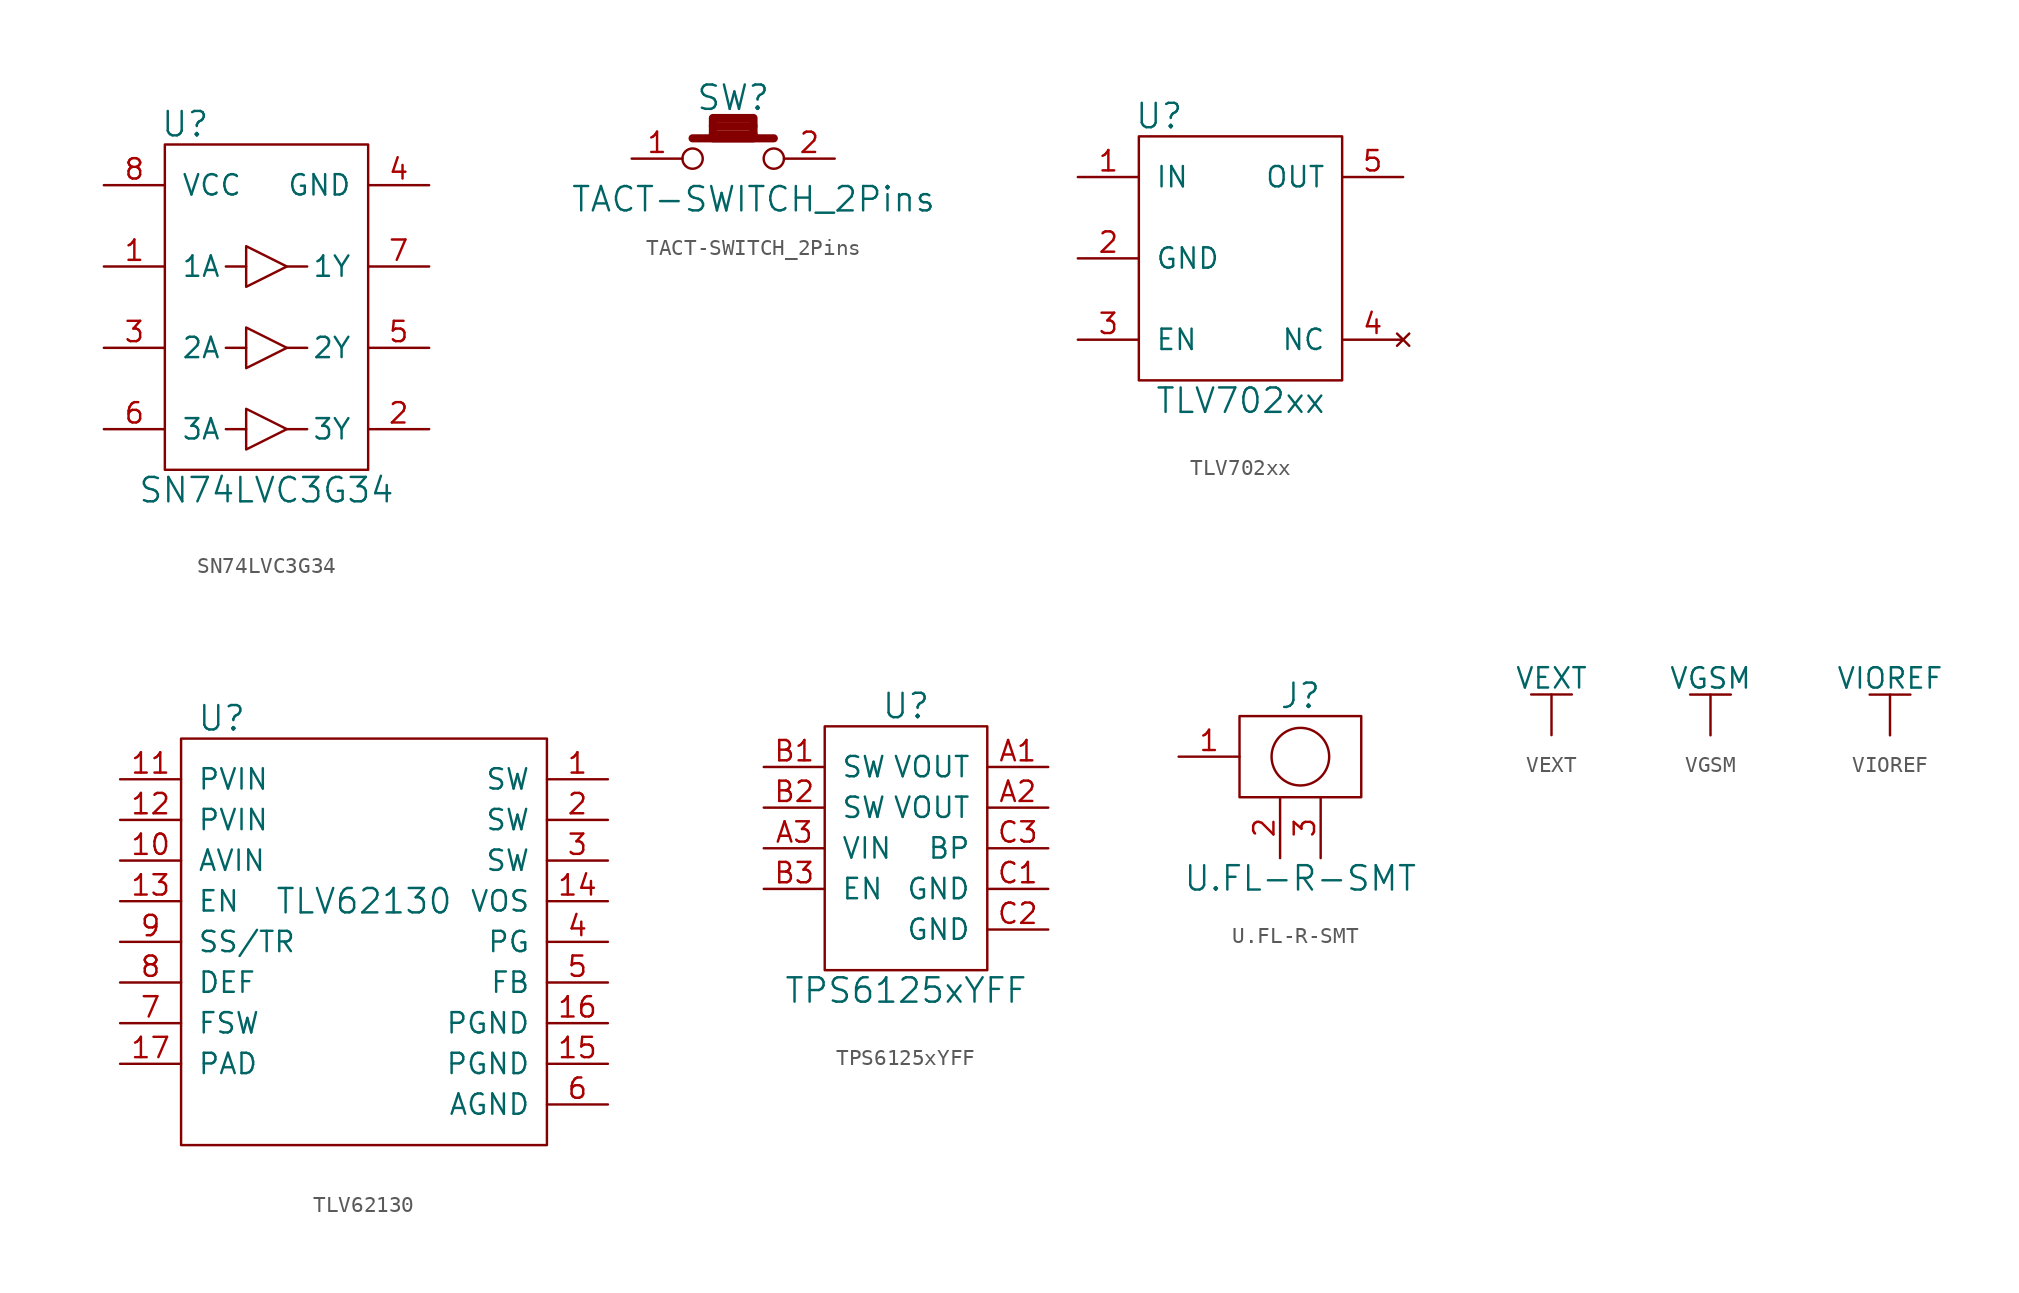
<source format=kicad_sym>
(kicad_symbol_lib
  (version 20211014)
  (generator kicad_symbol_editor)
  (symbol "SN74LVC3G34"
    (pin_names
      (offset 1.016))
    (property "Reference" "U"
      (at -5.08 11.43 0)
      (effects (font (size 1.524 1.524))))
    (property "Value" "SN74LVC3G34"
      (at 0 -11.43 0)
      (effects (font (size 1.524 1.524))))
    (property "Datasheet" ""
      (at 1.27 0 0)
      (effects (font (size 1.524 1.524))))
    (symbol "SN74LVC3G34_0_1"
      (rectangle (start -6.35 10.16) (end 6.35 -10.16) (stroke (width 0) (type default) (color 0 0 0 0)) (fill (type none)))
      (polyline (pts (xy -1.27 -7.62) (xy -2.54 -7.62)) (stroke (width 0) (type default) (color 0 0 0 0)) (fill (type none)))
      (polyline (pts (xy -1.27 -2.54) (xy -2.54 -2.54)) (stroke (width 0) (type default) (color 0 0 0 0)) (fill (type none)))
      (polyline (pts (xy -1.27 2.54) (xy -2.54 2.54)) (stroke (width 0) (type default) (color 0 0 0 0)) (fill (type none)))
      (polyline (pts (xy 1.27 -7.62) (xy 2.54 -7.62)) (stroke (width 0) (type default) (color 0 0 0 0)) (fill (type none)))
      (polyline (pts (xy 1.27 -2.54) (xy 2.54 -2.54)) (stroke (width 0) (type default) (color 0 0 0 0)) (fill (type none)))
      (polyline (pts (xy 1.27 2.54) (xy 2.54 2.54)) (stroke (width 0) (type default) (color 0 0 0 0)) (fill (type none)))
      (polyline (pts (xy -1.27 -6.35) (xy -1.27 -8.89) (xy 1.27 -7.62) (xy -1.27 -6.35)) (stroke (width 0) (type default) (color 0 0 0 0)) (fill (type none)))
      (polyline (pts (xy -1.27 -1.27) (xy -1.27 -3.81) (xy 1.27 -2.54) (xy -1.27 -1.27)) (stroke (width 0) (type default) (color 0 0 0 0)) (fill (type none)))
      (polyline (pts (xy -1.27 1.27) (xy -1.27 3.81) (xy 1.27 2.54) (xy -1.27 1.27)) (stroke (width 0) (type default) (color 0 0 0 0)) (fill (type none))))
    (symbol "SN74LVC3G34_1_1"
      (pin input line (at -10.16 2.54 0) (length 3.81) (name "1A" (effects (font (size 1.27 1.27)))) (number "1" (effects (font (size 1.27 1.27)))))
      (pin output line (at 10.16 -7.62 180) (length 3.81) (name "3Y" (effects (font (size 1.27 1.27)))) (number "2" (effects (font (size 1.27 1.27)))))
      (pin input line (at -10.16 -2.54 0) (length 3.81) (name "2A" (effects (font (size 1.27 1.27)))) (number "3" (effects (font (size 1.27 1.27)))))
      (pin power_in line (at 10.16 7.62 180) (length 3.81) (name "GND" (effects (font (size 1.27 1.27)))) (number "4" (effects (font (size 1.27 1.27)))))
      (pin output line (at 10.16 -2.54 180) (length 3.81) (name "2Y" (effects (font (size 1.27 1.27)))) (number "5" (effects (font (size 1.27 1.27)))))
      (pin input line (at -10.16 -7.62 0) (length 3.81) (name "3A" (effects (font (size 1.27 1.27)))) (number "6" (effects (font (size 1.27 1.27)))))
      (pin output line (at 10.16 2.54 180) (length 3.81) (name "1Y" (effects (font (size 1.27 1.27)))) (number "7" (effects (font (size 1.27 1.27)))))
      (pin power_in line (at -10.16 7.62 0) (length 3.81) (name "VCC" (effects (font (size 1.27 1.27)))) (number "8" (effects (font (size 1.27 1.27)))))))
  (symbol "TACT-SWITCH_2Pins"
    (pin_names
      (offset 1.016))
    (property "Reference" "SW"
      (at 0 3.81 0)
      (effects (font (size 1.524 1.524))))
    (property "Value" "TACT-SWITCH_2Pins"
      (at 1.27 -2.54 0)
      (effects (font (size 1.524 1.524))))
    (property "Datasheet" ""
      (at 0 0 0)
      (effects (font (size 1.524 1.524))))
    (symbol "TACT-SWITCH_2Pins_0_0"
      (circle (center -2.54 0) (radius 0.635) (stroke (width 0) (type default) (color 0 0 0 0)) (fill (type none)))
      (rectangle (start -1.27 2.54) (end 1.27 1.27) (stroke (width 0.508) (type default) (color 0 0 0 0)) (fill (type none)))
      (polyline (pts (xy -2.54 1.27) (xy 2.54 1.27)) (stroke (width 0.508) (type default) (color 0 0 0 0)) (fill (type none)))
      (polyline (pts (xy -1.27 1.524) (xy 1.27 1.524)) (stroke (width 0.508) (type default) (color 0 0 0 0)) (fill (type none)))
      (polyline (pts (xy -1.27 2.032) (xy 1.27 2.032)) (stroke (width 0.508) (type default) (color 0 0 0 0)) (fill (type none)))
      (circle (center 2.54 0) (radius 0.635) (stroke (width 0) (type default) (color 0 0 0 0)) (fill (type none))))
    (symbol "TACT-SWITCH_2Pins_1_1"
      (pin passive line (at -6.35 0 0) (length 3.175) (name "~" (effects (font (size 1.27 1.27)))) (number "1" (effects (font (size 1.27 1.27)))))
      (pin passive line (at 6.35 0 180) (length 3.175) (name "~" (effects (font (size 1.27 1.27)))) (number "2" (effects (font (size 1.27 1.27)))))))
  (symbol "TLV702xx"
    (pin_names
      (offset 1.016))
    (property "Reference" "U"
      (at -5.08 8.89 0)
      (effects (font (size 1.524 1.524))))
    (property "Value" "TLV702xx"
      (at 0 -8.89 0)
      (effects (font (size 1.524 1.524))))
    (property "Datasheet" ""
      (at 1.27 -2.54 0)
      (effects (font (size 1.524 1.524))))
    (symbol "TLV702xx_0_1"
      (rectangle (start -6.35 7.62) (end 6.35 -7.62) (stroke (width 0) (type default) (color 0 0 0 0)) (fill (type none))))
    (symbol "TLV702xx_1_1"
      (pin power_in line (at -10.16 5.08 0) (length 3.81) (name "IN" (effects (font (size 1.27 1.27)))) (number "1" (effects (font (size 1.27 1.27)))))
      (pin power_in line (at -10.16 0 0) (length 3.81) (name "GND" (effects (font (size 1.27 1.27)))) (number "2" (effects (font (size 1.27 1.27)))))
      (pin input line (at -10.16 -5.08 0) (length 3.81) (name "EN" (effects (font (size 1.27 1.27)))) (number "3" (effects (font (size 1.27 1.27)))))
      (pin no_connect line (at 10.16 -5.08 180) (length 3.81) (name "NC" (effects (font (size 1.27 1.27)))) (number "4" (effects (font (size 1.27 1.27)))))
      (pin power_out line (at 10.16 5.08 180) (length 3.81) (name "OUT" (effects (font (size 1.27 1.27)))) (number "5" (effects (font (size 1.27 1.27)))))))
  (symbol "TLV62130"
    (pin_names
      (offset 1.016))
    (property "Reference" "U"
      (at -8.89 13.97 0)
      (effects (font (size 1.524 1.524))))
    (property "Value" "TLV62130"
      (at 0 2.54 0)
      (effects (font (size 1.524 1.524))))
    (property "Datasheet" ""
      (at 0 2.54 0)
      (effects (font (size 1.524 1.524))))
    (symbol "TLV62130_0_1"
      (rectangle (start -11.43 12.7) (end 11.43 -12.7) (stroke (width 0) (type default) (color 0 0 0 0)) (fill (type none))))
    (symbol "TLV62130_1_1"
      (pin input line (at 15.24 10.16 180) (length 3.81) (name "SW" (effects (font (size 1.27 1.27)))) (number "1" (effects (font (size 1.27 1.27)))))
      (pin input line (at -15.24 5.08 0) (length 3.81) (name "AVIN" (effects (font (size 1.27 1.27)))) (number "10" (effects (font (size 1.27 1.27)))))
      (pin input line (at -15.24 10.16 0) (length 3.81) (name "PVIN" (effects (font (size 1.27 1.27)))) (number "11" (effects (font (size 1.27 1.27)))))
      (pin input line (at -15.24 7.62 0) (length 3.81) (name "PVIN" (effects (font (size 1.27 1.27)))) (number "12" (effects (font (size 1.27 1.27)))))
      (pin input line (at -15.24 2.54 0) (length 3.81) (name "EN" (effects (font (size 1.27 1.27)))) (number "13" (effects (font (size 1.27 1.27)))))
      (pin input line (at 15.24 2.54 180) (length 3.81) (name "VOS" (effects (font (size 1.27 1.27)))) (number "14" (effects (font (size 1.27 1.27)))))
      (pin input line (at 15.24 -7.62 180) (length 3.81) (name "PGND" (effects (font (size 1.27 1.27)))) (number "15" (effects (font (size 1.27 1.27)))))
      (pin input line (at 15.24 -5.08 180) (length 3.81) (name "PGND" (effects (font (size 1.27 1.27)))) (number "16" (effects (font (size 1.27 1.27)))))
      (pin input line (at -15.24 -7.62 0) (length 3.81) (name "PAD" (effects (font (size 1.27 1.27)))) (number "17" (effects (font (size 1.27 1.27)))))
      (pin input line (at 15.24 7.62 180) (length 3.81) (name "SW" (effects (font (size 1.27 1.27)))) (number "2" (effects (font (size 1.27 1.27)))))
      (pin input line (at 15.24 5.08 180) (length 3.81) (name "SW" (effects (font (size 1.27 1.27)))) (number "3" (effects (font (size 1.27 1.27)))))
      (pin input line (at 15.24 0 180) (length 3.81) (name "PG" (effects (font (size 1.27 1.27)))) (number "4" (effects (font (size 1.27 1.27)))))
      (pin input line (at 15.24 -2.54 180) (length 3.81) (name "FB" (effects (font (size 1.27 1.27)))) (number "5" (effects (font (size 1.27 1.27)))))
      (pin input line (at 15.24 -10.16 180) (length 3.81) (name "AGND" (effects (font (size 1.27 1.27)))) (number "6" (effects (font (size 1.27 1.27)))))
      (pin input line (at -15.24 -5.08 0) (length 3.81) (name "FSW" (effects (font (size 1.27 1.27)))) (number "7" (effects (font (size 1.27 1.27)))))
      (pin input line (at -15.24 -2.54 0) (length 3.81) (name "DEF" (effects (font (size 1.27 1.27)))) (number "8" (effects (font (size 1.27 1.27)))))
      (pin input line (at -15.24 0 0) (length 3.81) (name "SS/TR" (effects (font (size 1.27 1.27)))) (number "9" (effects (font (size 1.27 1.27)))))))
  (symbol "TPS6125xYFF"
    (pin_names
      (offset 1.016))
    (property "Reference" "U"
      (at 0 8.89 0)
      (effects (font (size 1.524 1.524))))
    (property "Value" "TPS6125xYFF"
      (at 0 -8.89 0)
      (effects (font (size 1.524 1.524))))
    (property "Datasheet" ""
      (at 0 2.54 0)
      (effects (font (size 1.524 1.524))))
    (symbol "TPS6125xYFF_0_1"
      (rectangle (start -5.08 7.62) (end 5.08 -7.62) (stroke (width 0) (type default) (color 0 0 0 0)) (fill (type none))))
    (symbol "TPS6125xYFF_1_1"
      (pin power_out line (at 8.89 5.08 180) (length 3.81) (name "VOUT" (effects (font (size 1.27 1.27)))) (number "A1" (effects (font (size 1.27 1.27)))))
      (pin power_out line (at 8.89 2.54 180) (length 3.81) (name "VOUT" (effects (font (size 1.27 1.27)))) (number "A2" (effects (font (size 1.27 1.27)))))
      (pin power_in line (at -8.89 0 0) (length 3.81) (name "VIN" (effects (font (size 1.27 1.27)))) (number "A3" (effects (font (size 1.27 1.27)))))
      (pin bidirectional line (at -8.89 5.08 0) (length 3.81) (name "SW" (effects (font (size 1.27 1.27)))) (number "B1" (effects (font (size 1.27 1.27)))))
      (pin bidirectional line (at -8.89 2.54 0) (length 3.81) (name "SW" (effects (font (size 1.27 1.27)))) (number "B2" (effects (font (size 1.27 1.27)))))
      (pin input line (at -8.89 -2.54 0) (length 3.81) (name "EN" (effects (font (size 1.27 1.27)))) (number "B3" (effects (font (size 1.27 1.27)))))
      (pin input line (at 8.89 -2.54 180) (length 3.81) (name "GND" (effects (font (size 1.27 1.27)))) (number "C1" (effects (font (size 1.27 1.27)))))
      (pin power_in line (at 8.89 -5.08 180) (length 3.81) (name "GND" (effects (font (size 1.27 1.27)))) (number "C2" (effects (font (size 1.27 1.27)))))
      (pin input line (at 8.89 0 180) (length 3.81) (name "BP" (effects (font (size 1.27 1.27)))) (number "C3" (effects (font (size 1.27 1.27)))))))
  (symbol "U.FL-R-SMT"
    (pin_names
      (offset 1.016))
    (property "Reference" "J"
      (at 0 3.81 0)
      (effects (font (size 1.524 1.524))))
    (property "Value" "U.FL-R-SMT"
      (at 0 -7.62 0)
      (effects (font (size 1.524 1.524))))
    (property "Datasheet" ""
      (at 0 0 0)
      (effects (font (size 1.524 1.524))))
    (symbol "U.FL-R-SMT_0_0"
      (rectangle (start -3.81 2.54) (end 3.81 -2.54) (stroke (width 0) (type default) (color 0 0 0 0)) (fill (type none)))
      (circle (center 0 0) (radius 1.803) (stroke (width 0) (type default) (color 0 0 0 0)) (fill (type none))))
    (symbol "U.FL-R-SMT_1_1"
      (pin passive line (at -7.62 0 0) (length 3.81) (name "~" (effects (font (size 1.27 1.27)))) (number "1" (effects (font (size 1.27 1.27)))))
      (pin passive line (at -1.27 -6.35 90) (length 3.81) (name "~" (effects (font (size 1.27 1.27)))) (number "2" (effects (font (size 1.27 1.27)))))
      (pin passive line (at 1.27 -6.35 90) (length 3.81) (name "~" (effects (font (size 1.27 1.27)))) (number "3" (effects (font (size 1.27 1.27)))))))
  (symbol "VEXT"
    (power)
    (pin_names
      (offset 0))
    (property "Reference" "#PWR"
      (at 0 -3.81 0)
      (effects (font (size 1.27 1.27)) hide))
    (property "Value" "VEXT"
      (at 0 3.556 0)
      (effects (font (size 1.27 1.27))))
    (property "Footprint" ""
      (at 0 0 0)
      (effects (font (size 1.524 1.524))))
    (property "Datasheet" ""
      (at 0 0 0)
      (effects (font (size 1.524 1.524))))
    (symbol "VEXT_0_1"
      (polyline (pts (xy -1.27 2.54) (xy 1.27 2.54)) (stroke (width 0) (type default) (color 0 0 0 0)) (fill (type none)))
      (polyline (pts (xy 0 0) (xy 0 2.54)) (stroke (width 0) (type default) (color 0 0 0 0)) (fill (type none))))
    (symbol "VEXT_1_1"
      (pin power_in line (at 0 0 90) (length 0) hide (name "VEXT" (effects (font (size 1.27 1.27)))) (number "1" (effects (font (size 1.27 1.27)))))))
  (symbol "VGSM"
    (power)
    (pin_names
      (offset 0))
    (property "Reference" "#PWR"
      (at 0 -3.81 0)
      (effects (font (size 1.27 1.27)) hide))
    (property "Value" "VGSM"
      (at 0 3.556 0)
      (effects (font (size 1.27 1.27))))
    (property "Footprint" ""
      (at 0 0 0)
      (effects (font (size 1.524 1.524))))
    (property "Datasheet" ""
      (at 0 0 0)
      (effects (font (size 1.524 1.524))))
    (symbol "VGSM_0_1"
      (polyline (pts (xy -1.27 2.54) (xy 1.27 2.54)) (stroke (width 0) (type default) (color 0 0 0 0)) (fill (type none)))
      (polyline (pts (xy 0 0) (xy 0 2.54)) (stroke (width 0) (type default) (color 0 0 0 0)) (fill (type none))))
    (symbol "VGSM_1_1"
      (pin power_in line (at 0 0 90) (length 0) hide (name "VGSM" (effects (font (size 1.27 1.27)))) (number "1" (effects (font (size 1.27 1.27)))))))
  (symbol "VIOREF"
    (power)
    (pin_names
      (offset 0))
    (property "Reference" "#PWR"
      (at 0 -3.81 0)
      (effects (font (size 1.27 1.27)) hide))
    (property "Value" "VIOREF"
      (at 0 3.556 0)
      (effects (font (size 1.27 1.27))))
    (property "Footprint" ""
      (at 0 0 0)
      (effects (font (size 1.524 1.524))))
    (property "Datasheet" ""
      (at 0 0 0)
      (effects (font (size 1.524 1.524))))
    (symbol "VIOREF_0_1"
      (polyline (pts (xy -1.27 2.54) (xy 1.27 2.54)) (stroke (width 0) (type default) (color 0 0 0 0)) (fill (type none)))
      (polyline (pts (xy 0 0) (xy 0 2.54)) (stroke (width 0) (type default) (color 0 0 0 0)) (fill (type none))))
    (symbol "VIOREF_1_1"
      (pin power_in line (at 0 0 90) (length 0) hide (name "VIOREF" (effects (font (size 1.27 1.27)))) (number "1" (effects (font (size 1.27 1.27))))))))
</source>
